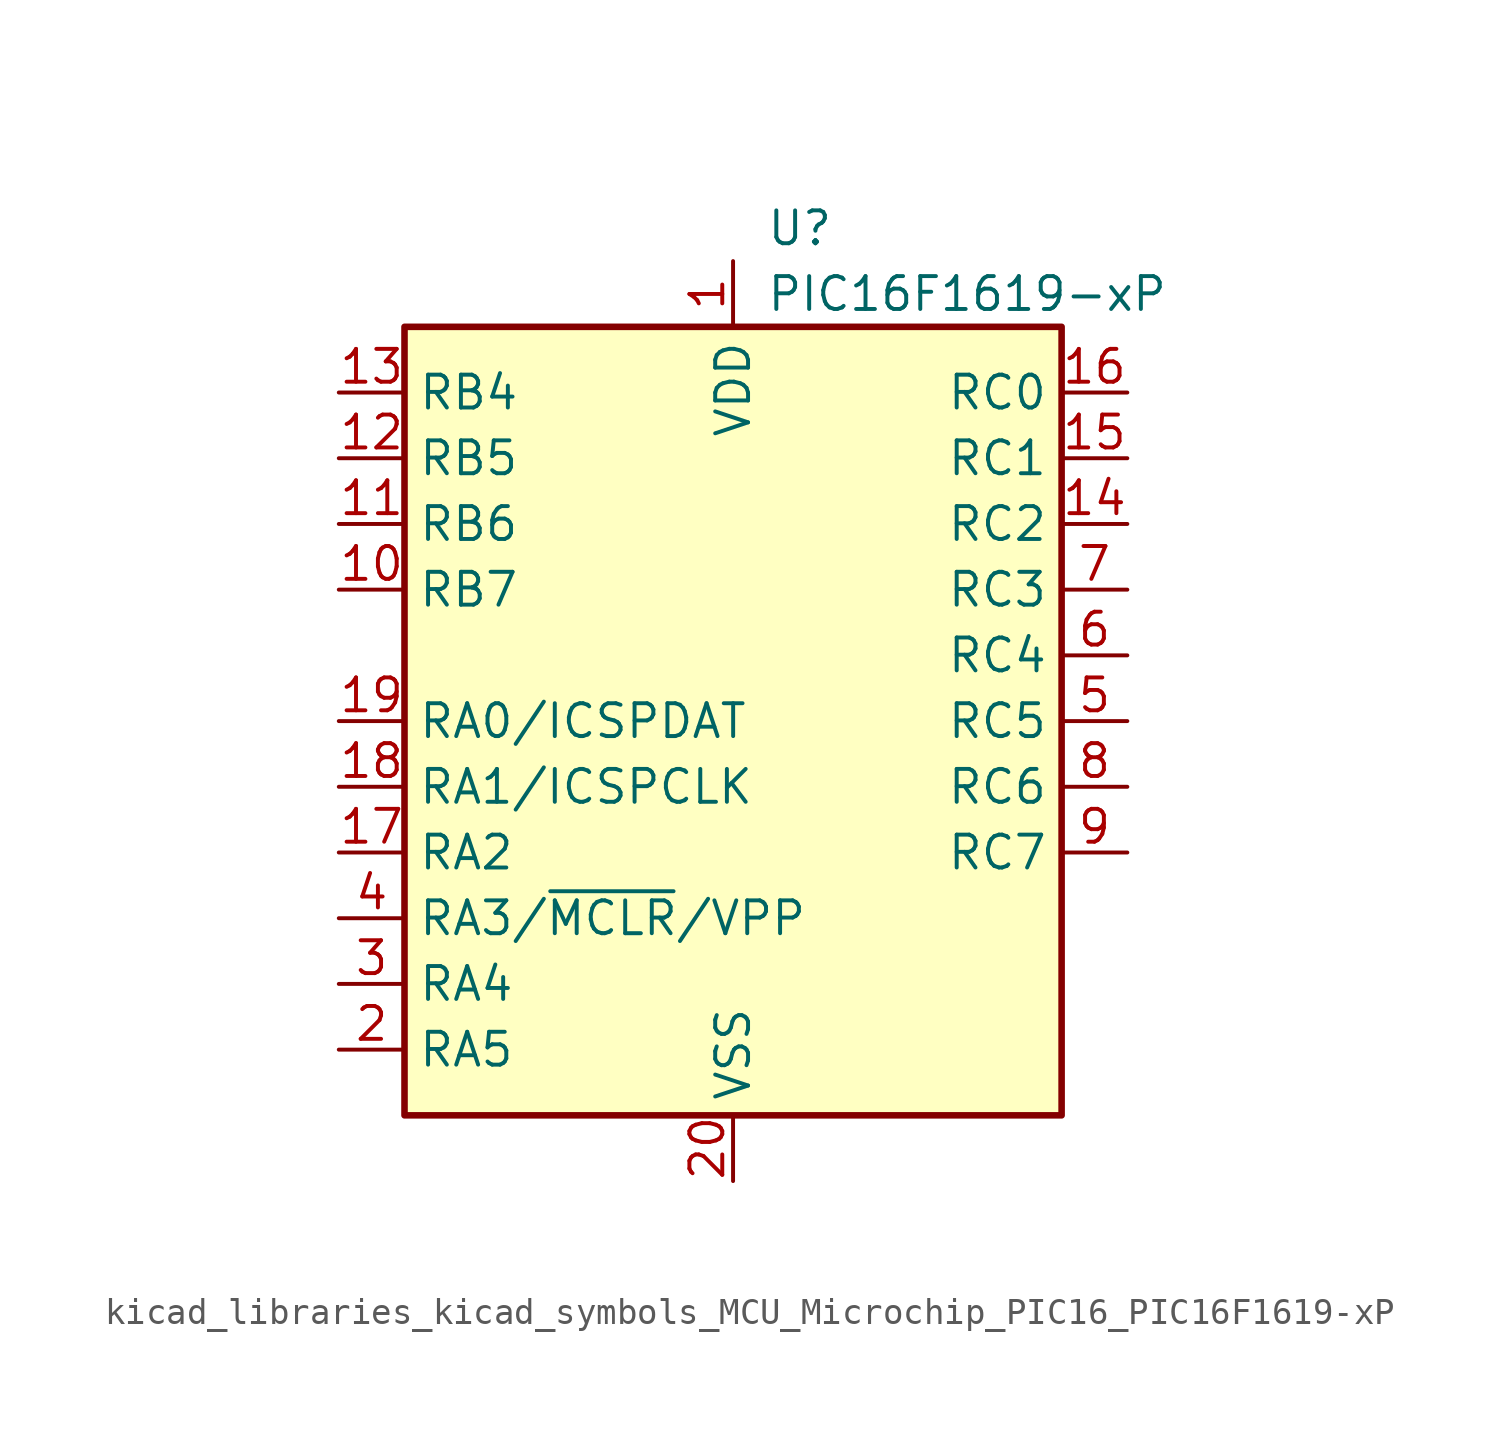
<source format=kicad_sym>
(kicad_symbol_lib
  (version 20220914)
  (generator kicad_symbol_editor)
  (symbol "kicad_libraries_kicad_symbols_MCU_Microchip_PIC16_PIC16F1619-xP"
    (property "Reference" "U"
      (at 1.27 19.05 0)
      (effects (font (size 1.27 1.27)) (justify left)))
    (property "Value" "PIC16F1619-xP"
      (at 1.27 16.51 0)
      (effects (font (size 1.27 1.27)) (justify left)))
    (symbol "kicad_libraries_kicad_symbols_MCU_Microchip_PIC16_PIC16F1619-xP_0_1"
      (rectangle (start -12.7 15.24) (end 12.7 -15.24) (stroke (width 0.254) (type default)) (fill (type background))))
    (symbol "kicad_libraries_kicad_symbols_MCU_Microchip_PIC16_PIC16F1619-xP_1_1"
      (pin power_in line (at 0 17.78 270) (length 2.54) (name "VDD" (effects (font (size 1.27 1.27)))) (number "1" (effects (font (size 1.27 1.27)))))
      (pin bidirectional line (at -15.24 5.08 0) (length 2.54) (name "RB7" (effects (font (size 1.27 1.27)))) (number "10" (effects (font (size 1.27 1.27)))))
      (pin bidirectional line (at -15.24 7.62 0) (length 2.54) (name "RB6" (effects (font (size 1.27 1.27)))) (number "11" (effects (font (size 1.27 1.27)))))
      (pin bidirectional line (at -15.24 10.16 0) (length 2.54) (name "RB5" (effects (font (size 1.27 1.27)))) (number "12" (effects (font (size 1.27 1.27)))))
      (pin bidirectional line (at -15.24 12.7 0) (length 2.54) (name "RB4" (effects (font (size 1.27 1.27)))) (number "13" (effects (font (size 1.27 1.27)))))
      (pin bidirectional line (at 15.24 7.62 180) (length 2.54) (name "RC2" (effects (font (size 1.27 1.27)))) (number "14" (effects (font (size 1.27 1.27)))))
      (pin bidirectional line (at 15.24 10.16 180) (length 2.54) (name "RC1" (effects (font (size 1.27 1.27)))) (number "15" (effects (font (size 1.27 1.27)))))
      (pin bidirectional line (at 15.24 12.7 180) (length 2.54) (name "RC0" (effects (font (size 1.27 1.27)))) (number "16" (effects (font (size 1.27 1.27)))))
      (pin bidirectional line (at -15.24 -5.08 0) (length 2.54) (name "RA2" (effects (font (size 1.27 1.27)))) (number "17" (effects (font (size 1.27 1.27)))))
      (pin bidirectional line (at -15.24 -2.54 0) (length 2.54) (name "RA1/ICSPCLK" (effects (font (size 1.27 1.27)))) (number "18" (effects (font (size 1.27 1.27)))))
      (pin bidirectional line (at -15.24 0 0) (length 2.54) (name "RA0/ICSPDAT" (effects (font (size 1.27 1.27)))) (number "19" (effects (font (size 1.27 1.27)))))
      (pin bidirectional line (at -15.24 -12.7 0) (length 2.54) (name "RA5" (effects (font (size 1.27 1.27)))) (number "2" (effects (font (size 1.27 1.27)))))
      (pin power_in line (at 0 -17.78 90) (length 2.54) (name "VSS" (effects (font (size 1.27 1.27)))) (number "20" (effects (font (size 1.27 1.27)))))
      (pin bidirectional line (at -15.24 -10.16 0) (length 2.54) (name "RA4" (effects (font (size 1.27 1.27)))) (number "3" (effects (font (size 1.27 1.27)))))
      (pin bidirectional line (at -15.24 -7.62 0) (length 2.54) (name "RA3/~{MCLR}/VPP" (effects (font (size 1.27 1.27)))) (number "4" (effects (font (size 1.27 1.27)))))
      (pin bidirectional line (at 15.24 0 180) (length 2.54) (name "RC5" (effects (font (size 1.27 1.27)))) (number "5" (effects (font (size 1.27 1.27)))))
      (pin bidirectional line (at 15.24 2.54 180) (length 2.54) (name "RC4" (effects (font (size 1.27 1.27)))) (number "6" (effects (font (size 1.27 1.27)))))
      (pin bidirectional line (at 15.24 5.08 180) (length 2.54) (name "RC3" (effects (font (size 1.27 1.27)))) (number "7" (effects (font (size 1.27 1.27)))))
      (pin bidirectional line (at 15.24 -2.54 180) (length 2.54) (name "RC6" (effects (font (size 1.27 1.27)))) (number "8" (effects (font (size 1.27 1.27)))))
      (pin bidirectional line (at 15.24 -5.08 180) (length 2.54) (name "RC7" (effects (font (size 1.27 1.27)))) (number "9" (effects (font (size 1.27 1.27))))))))
</source>
